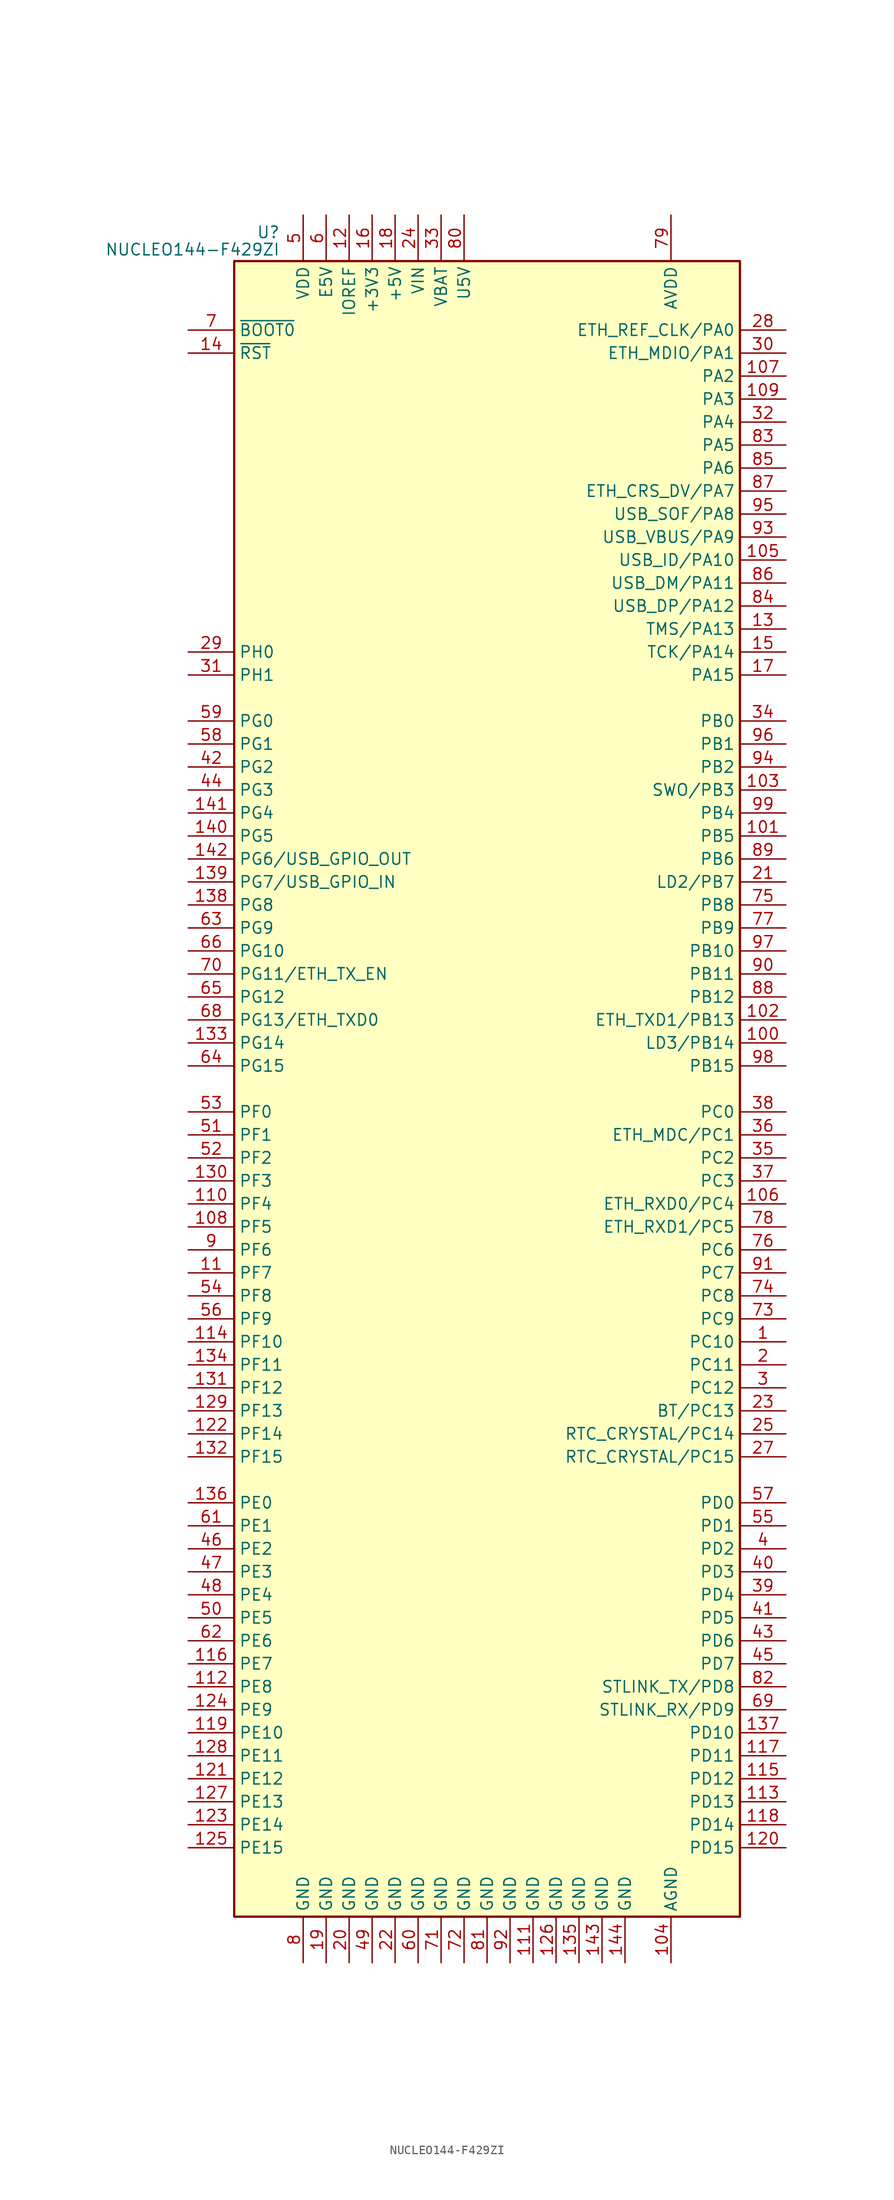
<source format=kicad_sym>
(kicad_symbol_lib
  (version 20231120)
  (generator "kicad_symbol_editor")
  (generator_version "8.0")
  (symbol "NUCLEO144-F429ZI"
    (property "Reference" "U"
      (at -22.86 94.615 0)
      (effects (font (size 1.27 1.27)) (justify right)))
    (property "Value" "NUCLEO144-F429ZI"
      (at -22.86 92.71 0)
      (effects (font (size 1.27 1.27)) (justify right)))
    (symbol "NUCLEO144-F429ZI_0_1"
      (rectangle (start -27.94 -91.44) (end 27.94 91.44) (stroke (width 0.254) (type default)) (fill (type background))))
    (symbol "NUCLEO144-F429ZI_1_1"
      (pin bidirectional line (at 33.02 -27.94 180) (length 5.08) (name "PC10" (effects (font (size 1.27 1.27)))) (number "1" (effects (font (size 1.27 1.27)))))
      (pin no_connect line (at -33.02 55.88 0) (length 5.08) hide (name "NC" (effects (font (size 1.27 1.27)))) (number "10" (effects (font (size 1.27 1.27)))))
      (pin bidirectional line (at 33.02 5.08 180) (length 5.08) (name "LD3/PB14" (effects (font (size 1.27 1.27)))) (number "100" (effects (font (size 1.27 1.27)))))
      (pin bidirectional line (at 33.02 27.94 180) (length 5.08) (name "PB5" (effects (font (size 1.27 1.27)))) (number "101" (effects (font (size 1.27 1.27)))))
      (pin bidirectional line (at 33.02 7.62 180) (length 5.08) (name "ETH_TXD1/PB13" (effects (font (size 1.27 1.27)))) (number "102" (effects (font (size 1.27 1.27)))))
      (pin bidirectional line (at 33.02 33.02 180) (length 5.08) (name "SWO/PB3" (effects (font (size 1.27 1.27)))) (number "103" (effects (font (size 1.27 1.27)))))
      (pin power_in line (at 20.32 -96.52 90) (length 5.08) (name "AGND" (effects (font (size 1.27 1.27)))) (number "104" (effects (font (size 1.27 1.27)))))
      (pin bidirectional line (at 33.02 58.42 180) (length 5.08) (name "USB_ID/PA10" (effects (font (size 1.27 1.27)))) (number "105" (effects (font (size 1.27 1.27)))))
      (pin bidirectional line (at 33.02 -12.7 180) (length 5.08) (name "ETH_RXD0/PC4" (effects (font (size 1.27 1.27)))) (number "106" (effects (font (size 1.27 1.27)))))
      (pin bidirectional line (at 33.02 78.74 180) (length 5.08) (name "PA2" (effects (font (size 1.27 1.27)))) (number "107" (effects (font (size 1.27 1.27)))))
      (pin bidirectional line (at -33.02 -15.24 0) (length 5.08) (name "PF5" (effects (font (size 1.27 1.27)))) (number "108" (effects (font (size 1.27 1.27)))))
      (pin bidirectional line (at 33.02 76.2 180) (length 5.08) (name "PA3" (effects (font (size 1.27 1.27)))) (number "109" (effects (font (size 1.27 1.27)))))
      (pin bidirectional line (at -33.02 -20.32 0) (length 5.08) (name "PF7" (effects (font (size 1.27 1.27)))) (number "11" (effects (font (size 1.27 1.27)))))
      (pin bidirectional line (at -33.02 -12.7 0) (length 5.08) (name "PF4" (effects (font (size 1.27 1.27)))) (number "110" (effects (font (size 1.27 1.27)))))
      (pin power_in line (at 5.08 -96.52 90) (length 5.08) (name "GND" (effects (font (size 1.27 1.27)))) (number "111" (effects (font (size 1.27 1.27)))))
      (pin bidirectional line (at -33.02 -66.04 0) (length 5.08) (name "PE8" (effects (font (size 1.27 1.27)))) (number "112" (effects (font (size 1.27 1.27)))))
      (pin bidirectional line (at 33.02 -78.74 180) (length 5.08) (name "PD13" (effects (font (size 1.27 1.27)))) (number "113" (effects (font (size 1.27 1.27)))))
      (pin bidirectional line (at -33.02 -27.94 0) (length 5.08) (name "PF10" (effects (font (size 1.27 1.27)))) (number "114" (effects (font (size 1.27 1.27)))))
      (pin bidirectional line (at 33.02 -76.2 180) (length 5.08) (name "PD12" (effects (font (size 1.27 1.27)))) (number "115" (effects (font (size 1.27 1.27)))))
      (pin bidirectional line (at -33.02 -63.5 0) (length 5.08) (name "PE7" (effects (font (size 1.27 1.27)))) (number "116" (effects (font (size 1.27 1.27)))))
      (pin bidirectional line (at 33.02 -73.66 180) (length 5.08) (name "PD11" (effects (font (size 1.27 1.27)))) (number "117" (effects (font (size 1.27 1.27)))))
      (pin bidirectional line (at 33.02 -81.28 180) (length 5.08) (name "PD14" (effects (font (size 1.27 1.27)))) (number "118" (effects (font (size 1.27 1.27)))))
      (pin bidirectional line (at -33.02 -71.12 0) (length 5.08) (name "PE10" (effects (font (size 1.27 1.27)))) (number "119" (effects (font (size 1.27 1.27)))))
      (pin power_in line (at -15.24 96.52 270) (length 5.08) (name "IOREF" (effects (font (size 1.27 1.27)))) (number "12" (effects (font (size 1.27 1.27)))))
      (pin bidirectional line (at 33.02 -83.82 180) (length 5.08) (name "PD15" (effects (font (size 1.27 1.27)))) (number "120" (effects (font (size 1.27 1.27)))))
      (pin bidirectional line (at -33.02 -76.2 0) (length 5.08) (name "PE12" (effects (font (size 1.27 1.27)))) (number "121" (effects (font (size 1.27 1.27)))))
      (pin bidirectional line (at -33.02 -38.1 0) (length 5.08) (name "PF14" (effects (font (size 1.27 1.27)))) (number "122" (effects (font (size 1.27 1.27)))))
      (pin bidirectional line (at -33.02 -81.28 0) (length 5.08) (name "PE14" (effects (font (size 1.27 1.27)))) (number "123" (effects (font (size 1.27 1.27)))))
      (pin bidirectional line (at -33.02 -68.58 0) (length 5.08) (name "PE9" (effects (font (size 1.27 1.27)))) (number "124" (effects (font (size 1.27 1.27)))))
      (pin bidirectional line (at -33.02 -83.82 0) (length 5.08) (name "PE15" (effects (font (size 1.27 1.27)))) (number "125" (effects (font (size 1.27 1.27)))))
      (pin power_in line (at 7.62 -96.52 90) (length 5.08) (name "GND" (effects (font (size 1.27 1.27)))) (number "126" (effects (font (size 1.27 1.27)))))
      (pin bidirectional line (at -33.02 -78.74 0) (length 5.08) (name "PE13" (effects (font (size 1.27 1.27)))) (number "127" (effects (font (size 1.27 1.27)))))
      (pin bidirectional line (at -33.02 -73.66 0) (length 5.08) (name "PE11" (effects (font (size 1.27 1.27)))) (number "128" (effects (font (size 1.27 1.27)))))
      (pin bidirectional line (at -33.02 -35.56 0) (length 5.08) (name "PF13" (effects (font (size 1.27 1.27)))) (number "129" (effects (font (size 1.27 1.27)))))
      (pin bidirectional line (at 33.02 50.8 180) (length 5.08) (name "TMS/PA13" (effects (font (size 1.27 1.27)))) (number "13" (effects (font (size 1.27 1.27)))))
      (pin bidirectional line (at -33.02 -10.16 0) (length 5.08) (name "PF3" (effects (font (size 1.27 1.27)))) (number "130" (effects (font (size 1.27 1.27)))))
      (pin bidirectional line (at -33.02 -33.02 0) (length 5.08) (name "PF12" (effects (font (size 1.27 1.27)))) (number "131" (effects (font (size 1.27 1.27)))))
      (pin bidirectional line (at -33.02 -40.64 0) (length 5.08) (name "PF15" (effects (font (size 1.27 1.27)))) (number "132" (effects (font (size 1.27 1.27)))))
      (pin bidirectional line (at -33.02 5.08 0) (length 5.08) (name "PG14" (effects (font (size 1.27 1.27)))) (number "133" (effects (font (size 1.27 1.27)))))
      (pin bidirectional line (at -33.02 -30.48 0) (length 5.08) (name "PF11" (effects (font (size 1.27 1.27)))) (number "134" (effects (font (size 1.27 1.27)))))
      (pin power_in line (at 10.16 -96.52 90) (length 5.08) (name "GND" (effects (font (size 1.27 1.27)))) (number "135" (effects (font (size 1.27 1.27)))))
      (pin bidirectional line (at -33.02 -45.72 0) (length 5.08) (name "PE0" (effects (font (size 1.27 1.27)))) (number "136" (effects (font (size 1.27 1.27)))))
      (pin bidirectional line (at 33.02 -71.12 180) (length 5.08) (name "PD10" (effects (font (size 1.27 1.27)))) (number "137" (effects (font (size 1.27 1.27)))))
      (pin bidirectional line (at -33.02 20.32 0) (length 5.08) (name "PG8" (effects (font (size 1.27 1.27)))) (number "138" (effects (font (size 1.27 1.27)))))
      (pin bidirectional line (at -33.02 22.86 0) (length 5.08) (name "PG7/USB_GPIO_IN" (effects (font (size 1.27 1.27)))) (number "139" (effects (font (size 1.27 1.27)))))
      (pin input line (at -33.02 81.28 0) (length 5.08) (name "~{RST}" (effects (font (size 1.27 1.27)))) (number "14" (effects (font (size 1.27 1.27)))))
      (pin bidirectional line (at -33.02 27.94 0) (length 5.08) (name "PG5" (effects (font (size 1.27 1.27)))) (number "140" (effects (font (size 1.27 1.27)))))
      (pin bidirectional line (at -33.02 30.48 0) (length 5.08) (name "PG4" (effects (font (size 1.27 1.27)))) (number "141" (effects (font (size 1.27 1.27)))))
      (pin bidirectional line (at -33.02 25.4 0) (length 5.08) (name "PG6/USB_GPIO_OUT" (effects (font (size 1.27 1.27)))) (number "142" (effects (font (size 1.27 1.27)))))
      (pin power_in line (at 12.7 -96.52 90) (length 5.08) (name "GND" (effects (font (size 1.27 1.27)))) (number "143" (effects (font (size 1.27 1.27)))))
      (pin power_in line (at 15.24 -96.52 90) (length 5.08) (name "GND" (effects (font (size 1.27 1.27)))) (number "144" (effects (font (size 1.27 1.27)))))
      (pin bidirectional line (at 33.02 48.26 180) (length 5.08) (name "TCK/PA14" (effects (font (size 1.27 1.27)))) (number "15" (effects (font (size 1.27 1.27)))))
      (pin power_in line (at -12.7 96.52 270) (length 5.08) (name "+3V3" (effects (font (size 1.27 1.27)))) (number "16" (effects (font (size 1.27 1.27)))))
      (pin bidirectional line (at 33.02 45.72 180) (length 5.08) (name "PA15" (effects (font (size 1.27 1.27)))) (number "17" (effects (font (size 1.27 1.27)))))
      (pin power_in line (at -10.16 96.52 270) (length 5.08) (name "+5V" (effects (font (size 1.27 1.27)))) (number "18" (effects (font (size 1.27 1.27)))))
      (pin power_in line (at -17.78 -96.52 90) (length 5.08) (name "GND" (effects (font (size 1.27 1.27)))) (number "19" (effects (font (size 1.27 1.27)))))
      (pin bidirectional line (at 33.02 -30.48 180) (length 5.08) (name "PC11" (effects (font (size 1.27 1.27)))) (number "2" (effects (font (size 1.27 1.27)))))
      (pin power_in line (at -15.24 -96.52 90) (length 5.08) (name "GND" (effects (font (size 1.27 1.27)))) (number "20" (effects (font (size 1.27 1.27)))))
      (pin bidirectional line (at 33.02 22.86 180) (length 5.08) (name "LD2/PB7" (effects (font (size 1.27 1.27)))) (number "21" (effects (font (size 1.27 1.27)))))
      (pin power_in line (at -10.16 -96.52 90) (length 5.08) (name "GND" (effects (font (size 1.27 1.27)))) (number "22" (effects (font (size 1.27 1.27)))))
      (pin bidirectional line (at 33.02 -35.56 180) (length 5.08) (name "BT/PC13" (effects (font (size 1.27 1.27)))) (number "23" (effects (font (size 1.27 1.27)))))
      (pin power_in line (at -7.62 96.52 270) (length 5.08) (name "VIN" (effects (font (size 1.27 1.27)))) (number "24" (effects (font (size 1.27 1.27)))))
      (pin bidirectional line (at 33.02 -38.1 180) (length 5.08) (name "RTC_CRYSTAL/PC14" (effects (font (size 1.27 1.27)))) (number "25" (effects (font (size 1.27 1.27)))))
      (pin no_connect line (at -33.02 58.42 0) (length 5.08) hide (name "NC" (effects (font (size 1.27 1.27)))) (number "26" (effects (font (size 1.27 1.27)))))
      (pin bidirectional line (at 33.02 -40.64 180) (length 5.08) (name "RTC_CRYSTAL/PC15" (effects (font (size 1.27 1.27)))) (number "27" (effects (font (size 1.27 1.27)))))
      (pin bidirectional line (at 33.02 83.82 180) (length 5.08) (name "ETH_REF_CLK/PA0" (effects (font (size 1.27 1.27)))) (number "28" (effects (font (size 1.27 1.27)))))
      (pin bidirectional line (at -33.02 48.26 0) (length 5.08) (name "PH0" (effects (font (size 1.27 1.27)))) (number "29" (effects (font (size 1.27 1.27)))))
      (pin bidirectional line (at 33.02 -33.02 180) (length 5.08) (name "PC12" (effects (font (size 1.27 1.27)))) (number "3" (effects (font (size 1.27 1.27)))))
      (pin bidirectional line (at 33.02 81.28 180) (length 5.08) (name "ETH_MDIO/PA1" (effects (font (size 1.27 1.27)))) (number "30" (effects (font (size 1.27 1.27)))))
      (pin bidirectional line (at -33.02 45.72 0) (length 5.08) (name "PH1" (effects (font (size 1.27 1.27)))) (number "31" (effects (font (size 1.27 1.27)))))
      (pin bidirectional line (at 33.02 73.66 180) (length 5.08) (name "PA4" (effects (font (size 1.27 1.27)))) (number "32" (effects (font (size 1.27 1.27)))))
      (pin power_in line (at -5.08 96.52 270) (length 5.08) (name "VBAT" (effects (font (size 1.27 1.27)))) (number "33" (effects (font (size 1.27 1.27)))))
      (pin bidirectional line (at 33.02 40.64 180) (length 5.08) (name "PB0" (effects (font (size 1.27 1.27)))) (number "34" (effects (font (size 1.27 1.27)))))
      (pin bidirectional line (at 33.02 -7.62 180) (length 5.08) (name "PC2" (effects (font (size 1.27 1.27)))) (number "35" (effects (font (size 1.27 1.27)))))
      (pin bidirectional line (at 33.02 -5.08 180) (length 5.08) (name "ETH_MDC/PC1" (effects (font (size 1.27 1.27)))) (number "36" (effects (font (size 1.27 1.27)))))
      (pin bidirectional line (at 33.02 -10.16 180) (length 5.08) (name "PC3" (effects (font (size 1.27 1.27)))) (number "37" (effects (font (size 1.27 1.27)))))
      (pin bidirectional line (at 33.02 -2.54 180) (length 5.08) (name "PC0" (effects (font (size 1.27 1.27)))) (number "38" (effects (font (size 1.27 1.27)))))
      (pin bidirectional line (at 33.02 -55.88 180) (length 5.08) (name "PD4" (effects (font (size 1.27 1.27)))) (number "39" (effects (font (size 1.27 1.27)))))
      (pin bidirectional line (at 33.02 -50.8 180) (length 5.08) (name "PD2" (effects (font (size 1.27 1.27)))) (number "4" (effects (font (size 1.27 1.27)))))
      (pin bidirectional line (at 33.02 -53.34 180) (length 5.08) (name "PD3" (effects (font (size 1.27 1.27)))) (number "40" (effects (font (size 1.27 1.27)))))
      (pin bidirectional line (at 33.02 -58.42 180) (length 5.08) (name "PD5" (effects (font (size 1.27 1.27)))) (number "41" (effects (font (size 1.27 1.27)))))
      (pin bidirectional line (at -33.02 35.56 0) (length 5.08) (name "PG2" (effects (font (size 1.27 1.27)))) (number "42" (effects (font (size 1.27 1.27)))))
      (pin bidirectional line (at 33.02 -60.96 180) (length 5.08) (name "PD6" (effects (font (size 1.27 1.27)))) (number "43" (effects (font (size 1.27 1.27)))))
      (pin bidirectional line (at -33.02 33.02 0) (length 5.08) (name "PG3" (effects (font (size 1.27 1.27)))) (number "44" (effects (font (size 1.27 1.27)))))
      (pin bidirectional line (at 33.02 -63.5 180) (length 5.08) (name "PD7" (effects (font (size 1.27 1.27)))) (number "45" (effects (font (size 1.27 1.27)))))
      (pin bidirectional line (at -33.02 -50.8 0) (length 5.08) (name "PE2" (effects (font (size 1.27 1.27)))) (number "46" (effects (font (size 1.27 1.27)))))
      (pin bidirectional line (at -33.02 -53.34 0) (length 5.08) (name "PE3" (effects (font (size 1.27 1.27)))) (number "47" (effects (font (size 1.27 1.27)))))
      (pin bidirectional line (at -33.02 -55.88 0) (length 5.08) (name "PE4" (effects (font (size 1.27 1.27)))) (number "48" (effects (font (size 1.27 1.27)))))
      (pin power_in line (at -12.7 -96.52 90) (length 5.08) (name "GND" (effects (font (size 1.27 1.27)))) (number "49" (effects (font (size 1.27 1.27)))))
      (pin power_in line (at -20.32 96.52 270) (length 5.08) (name "VDD" (effects (font (size 1.27 1.27)))) (number "5" (effects (font (size 1.27 1.27)))))
      (pin bidirectional line (at -33.02 -58.42 0) (length 5.08) (name "PE5" (effects (font (size 1.27 1.27)))) (number "50" (effects (font (size 1.27 1.27)))))
      (pin bidirectional line (at -33.02 -5.08 0) (length 5.08) (name "PF1" (effects (font (size 1.27 1.27)))) (number "51" (effects (font (size 1.27 1.27)))))
      (pin bidirectional line (at -33.02 -7.62 0) (length 5.08) (name "PF2" (effects (font (size 1.27 1.27)))) (number "52" (effects (font (size 1.27 1.27)))))
      (pin bidirectional line (at -33.02 -2.54 0) (length 5.08) (name "PF0" (effects (font (size 1.27 1.27)))) (number "53" (effects (font (size 1.27 1.27)))))
      (pin bidirectional line (at -33.02 -22.86 0) (length 5.08) (name "PF8" (effects (font (size 1.27 1.27)))) (number "54" (effects (font (size 1.27 1.27)))))
      (pin bidirectional line (at 33.02 -48.26 180) (length 5.08) (name "PD1" (effects (font (size 1.27 1.27)))) (number "55" (effects (font (size 1.27 1.27)))))
      (pin bidirectional line (at -33.02 -25.4 0) (length 5.08) (name "PF9" (effects (font (size 1.27 1.27)))) (number "56" (effects (font (size 1.27 1.27)))))
      (pin bidirectional line (at 33.02 -45.72 180) (length 5.08) (name "PD0" (effects (font (size 1.27 1.27)))) (number "57" (effects (font (size 1.27 1.27)))))
      (pin bidirectional line (at -33.02 38.1 0) (length 5.08) (name "PG1" (effects (font (size 1.27 1.27)))) (number "58" (effects (font (size 1.27 1.27)))))
      (pin bidirectional line (at -33.02 40.64 0) (length 5.08) (name "PG0" (effects (font (size 1.27 1.27)))) (number "59" (effects (font (size 1.27 1.27)))))
      (pin power_in line (at -17.78 96.52 270) (length 5.08) (name "E5V" (effects (font (size 1.27 1.27)))) (number "6" (effects (font (size 1.27 1.27)))))
      (pin power_in line (at -7.62 -96.52 90) (length 5.08) (name "GND" (effects (font (size 1.27 1.27)))) (number "60" (effects (font (size 1.27 1.27)))))
      (pin bidirectional line (at -33.02 -48.26 0) (length 5.08) (name "PE1" (effects (font (size 1.27 1.27)))) (number "61" (effects (font (size 1.27 1.27)))))
      (pin bidirectional line (at -33.02 -60.96 0) (length 5.08) (name "PE6" (effects (font (size 1.27 1.27)))) (number "62" (effects (font (size 1.27 1.27)))))
      (pin bidirectional line (at -33.02 17.78 0) (length 5.08) (name "PG9" (effects (font (size 1.27 1.27)))) (number "63" (effects (font (size 1.27 1.27)))))
      (pin bidirectional line (at -33.02 2.54 0) (length 5.08) (name "PG15" (effects (font (size 1.27 1.27)))) (number "64" (effects (font (size 1.27 1.27)))))
      (pin bidirectional line (at -33.02 10.16 0) (length 5.08) (name "PG12" (effects (font (size 1.27 1.27)))) (number "65" (effects (font (size 1.27 1.27)))))
      (pin bidirectional line (at -33.02 15.24 0) (length 5.08) (name "PG10" (effects (font (size 1.27 1.27)))) (number "66" (effects (font (size 1.27 1.27)))))
      (pin no_connect line (at -33.02 53.34 0) (length 5.08) hide (name "NC" (effects (font (size 1.27 1.27)))) (number "67" (effects (font (size 1.27 1.27)))))
      (pin bidirectional line (at -33.02 7.62 0) (length 5.08) (name "PG13/ETH_TXD0" (effects (font (size 1.27 1.27)))) (number "68" (effects (font (size 1.27 1.27)))))
      (pin bidirectional line (at 33.02 -68.58 180) (length 5.08) (name "STLINK_RX/PD9" (effects (font (size 1.27 1.27)))) (number "69" (effects (font (size 1.27 1.27)))))
      (pin input line (at -33.02 83.82 0) (length 5.08) (name "~{BOOT0}" (effects (font (size 1.27 1.27)))) (number "7" (effects (font (size 1.27 1.27)))))
      (pin bidirectional line (at -33.02 12.7 0) (length 5.08) (name "PG11/ETH_TX_EN" (effects (font (size 1.27 1.27)))) (number "70" (effects (font (size 1.27 1.27)))))
      (pin power_in line (at -5.08 -96.52 90) (length 5.08) (name "GND" (effects (font (size 1.27 1.27)))) (number "71" (effects (font (size 1.27 1.27)))))
      (pin power_in line (at -2.54 -96.52 90) (length 5.08) (name "GND" (effects (font (size 1.27 1.27)))) (number "72" (effects (font (size 1.27 1.27)))))
      (pin bidirectional line (at 33.02 -25.4 180) (length 5.08) (name "PC9" (effects (font (size 1.27 1.27)))) (number "73" (effects (font (size 1.27 1.27)))))
      (pin bidirectional line (at 33.02 -22.86 180) (length 5.08) (name "PC8" (effects (font (size 1.27 1.27)))) (number "74" (effects (font (size 1.27 1.27)))))
      (pin bidirectional line (at 33.02 20.32 180) (length 5.08) (name "PB8" (effects (font (size 1.27 1.27)))) (number "75" (effects (font (size 1.27 1.27)))))
      (pin bidirectional line (at 33.02 -17.78 180) (length 5.08) (name "PC6" (effects (font (size 1.27 1.27)))) (number "76" (effects (font (size 1.27 1.27)))))
      (pin bidirectional line (at 33.02 17.78 180) (length 5.08) (name "PB9" (effects (font (size 1.27 1.27)))) (number "77" (effects (font (size 1.27 1.27)))))
      (pin bidirectional line (at 33.02 -15.24 180) (length 5.08) (name "ETH_RXD1/PC5" (effects (font (size 1.27 1.27)))) (number "78" (effects (font (size 1.27 1.27)))))
      (pin power_in line (at 20.32 96.52 270) (length 5.08) (name "AVDD" (effects (font (size 1.27 1.27)))) (number "79" (effects (font (size 1.27 1.27)))))
      (pin power_in line (at -20.32 -96.52 90) (length 5.08) (name "GND" (effects (font (size 1.27 1.27)))) (number "8" (effects (font (size 1.27 1.27)))))
      (pin power_in line (at -2.54 96.52 270) (length 5.08) (name "U5V" (effects (font (size 1.27 1.27)))) (number "80" (effects (font (size 1.27 1.27)))))
      (pin power_in line (at 0 -96.52 90) (length 5.08) (name "GND" (effects (font (size 1.27 1.27)))) (number "81" (effects (font (size 1.27 1.27)))))
      (pin bidirectional line (at 33.02 -66.04 180) (length 5.08) (name "STLINK_TX/PD8" (effects (font (size 1.27 1.27)))) (number "82" (effects (font (size 1.27 1.27)))))
      (pin bidirectional line (at 33.02 71.12 180) (length 5.08) (name "PA5" (effects (font (size 1.27 1.27)))) (number "83" (effects (font (size 1.27 1.27)))))
      (pin bidirectional line (at 33.02 53.34 180) (length 5.08) (name "USB_DP/PA12" (effects (font (size 1.27 1.27)))) (number "84" (effects (font (size 1.27 1.27)))))
      (pin bidirectional line (at 33.02 68.58 180) (length 5.08) (name "PA6" (effects (font (size 1.27 1.27)))) (number "85" (effects (font (size 1.27 1.27)))))
      (pin bidirectional line (at 33.02 55.88 180) (length 5.08) (name "USB_DM/PA11" (effects (font (size 1.27 1.27)))) (number "86" (effects (font (size 1.27 1.27)))))
      (pin bidirectional line (at 33.02 66.04 180) (length 5.08) (name "ETH_CRS_DV/PA7" (effects (font (size 1.27 1.27)))) (number "87" (effects (font (size 1.27 1.27)))))
      (pin bidirectional line (at 33.02 10.16 180) (length 5.08) (name "PB12" (effects (font (size 1.27 1.27)))) (number "88" (effects (font (size 1.27 1.27)))))
      (pin bidirectional line (at 33.02 25.4 180) (length 5.08) (name "PB6" (effects (font (size 1.27 1.27)))) (number "89" (effects (font (size 1.27 1.27)))))
      (pin bidirectional line (at -33.02 -17.78 0) (length 5.08) (name "PF6" (effects (font (size 1.27 1.27)))) (number "9" (effects (font (size 1.27 1.27)))))
      (pin bidirectional line (at 33.02 12.7 180) (length 5.08) (name "PB11" (effects (font (size 1.27 1.27)))) (number "90" (effects (font (size 1.27 1.27)))))
      (pin bidirectional line (at 33.02 -20.32 180) (length 5.08) (name "PC7" (effects (font (size 1.27 1.27)))) (number "91" (effects (font (size 1.27 1.27)))))
      (pin power_in line (at 2.54 -96.52 90) (length 5.08) (name "GND" (effects (font (size 1.27 1.27)))) (number "92" (effects (font (size 1.27 1.27)))))
      (pin bidirectional line (at 33.02 60.96 180) (length 5.08) (name "USB_VBUS/PA9" (effects (font (size 1.27 1.27)))) (number "93" (effects (font (size 1.27 1.27)))))
      (pin bidirectional line (at 33.02 35.56 180) (length 5.08) (name "PB2" (effects (font (size 1.27 1.27)))) (number "94" (effects (font (size 1.27 1.27)))))
      (pin bidirectional line (at 33.02 63.5 180) (length 5.08) (name "USB_SOF/PA8" (effects (font (size 1.27 1.27)))) (number "95" (effects (font (size 1.27 1.27)))))
      (pin bidirectional line (at 33.02 38.1 180) (length 5.08) (name "PB1" (effects (font (size 1.27 1.27)))) (number "96" (effects (font (size 1.27 1.27)))))
      (pin bidirectional line (at 33.02 15.24 180) (length 5.08) (name "PB10" (effects (font (size 1.27 1.27)))) (number "97" (effects (font (size 1.27 1.27)))))
      (pin bidirectional line (at 33.02 2.54 180) (length 5.08) (name "PB15" (effects (font (size 1.27 1.27)))) (number "98" (effects (font (size 1.27 1.27)))))
      (pin bidirectional line (at 33.02 30.48 180) (length 5.08) (name "PB4" (effects (font (size 1.27 1.27)))) (number "99" (effects (font (size 1.27 1.27))))))))
</source>
